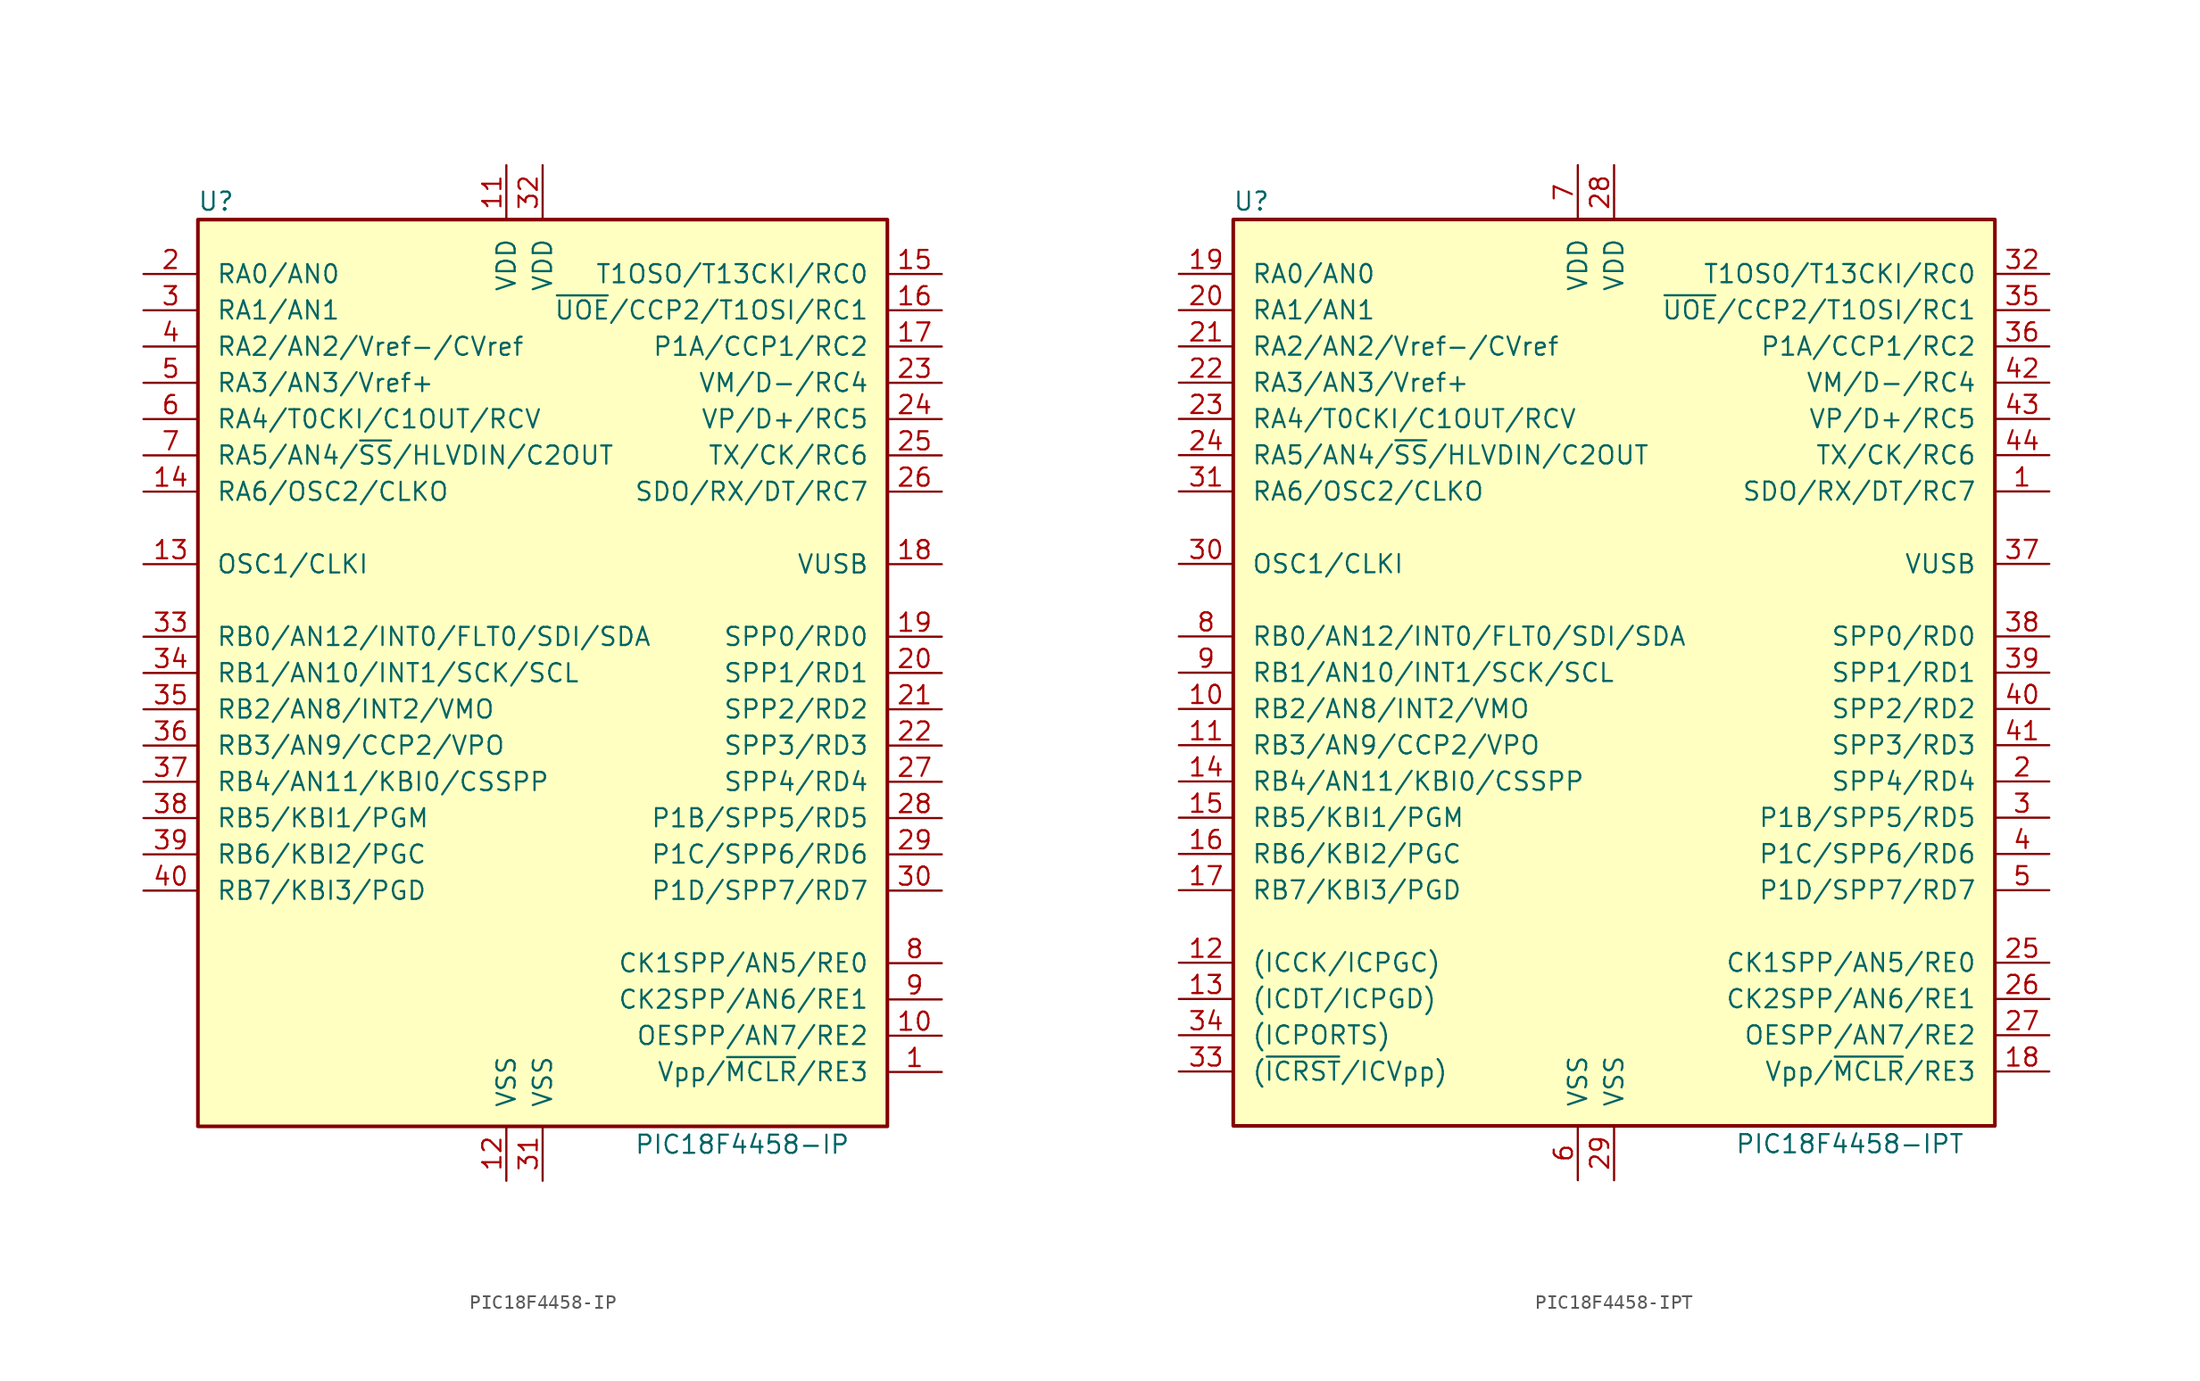
<source format=kicad_sym>
(kicad_symbol_lib
  (version 20241209)
  (generator "kicad_symbol_editor")
  (generator_version "9.0")
  (symbol "PIC18F4458-IP"
    (pin_names
      (offset 1.27))
    (property "Reference" "U"
      (at -22.86 33.02 0)
      (effects (font (size 1.27 1.27))))
    (property "Value" "PIC18F4458-IP"
      (at 13.97 -33.02 0)
      (effects (font (size 1.27 1.27))))
    (symbol "PIC18F4458-IP_0_1"
      (rectangle (start -24.13 31.75) (end 24.13 -31.75) (stroke (width 0.254) (type default)) (fill (type background))))
    (symbol "PIC18F4458-IP_1_1"
      (pin bidirectional line (at -27.94 27.94 0) (length 3.81) (name "RA0/AN0" (effects (font (size 1.27 1.27)))) (number "2" (effects (font (size 1.27 1.27)))))
      (pin bidirectional line (at -27.94 25.4 0) (length 3.81) (name "RA1/AN1" (effects (font (size 1.27 1.27)))) (number "3" (effects (font (size 1.27 1.27)))))
      (pin bidirectional line (at -27.94 22.86 0) (length 3.81) (name "RA2/AN2/Vref-/CVref" (effects (font (size 1.27 1.27)))) (number "4" (effects (font (size 1.27 1.27)))))
      (pin bidirectional line (at -27.94 20.32 0) (length 3.81) (name "RA3/AN3/Vref+" (effects (font (size 1.27 1.27)))) (number "5" (effects (font (size 1.27 1.27)))))
      (pin bidirectional line (at -27.94 17.78 0) (length 3.81) (name "RA4/T0CKI/C1OUT/RCV" (effects (font (size 1.27 1.27)))) (number "6" (effects (font (size 1.27 1.27)))))
      (pin bidirectional line (at -27.94 15.24 0) (length 3.81) (name "RA5/AN4/~{SS}/HLVDIN/C2OUT" (effects (font (size 1.27 1.27)))) (number "7" (effects (font (size 1.27 1.27)))))
      (pin bidirectional line (at -27.94 12.7 0) (length 3.81) (name "RA6/OSC2/CLKO" (effects (font (size 1.27 1.27)))) (number "14" (effects (font (size 1.27 1.27)))))
      (pin input line (at -27.94 7.62 0) (length 3.81) (name "OSC1/CLKI" (effects (font (size 1.27 1.27)))) (number "13" (effects (font (size 1.27 1.27)))))
      (pin bidirectional line (at -27.94 2.54 0) (length 3.81) (name "RB0/AN12/INT0/FLT0/SDI/SDA" (effects (font (size 1.27 1.27)))) (number "33" (effects (font (size 1.27 1.27)))))
      (pin bidirectional line (at -27.94 0 0) (length 3.81) (name "RB1/AN10/INT1/SCK/SCL" (effects (font (size 1.27 1.27)))) (number "34" (effects (font (size 1.27 1.27)))))
      (pin bidirectional line (at -27.94 -2.54 0) (length 3.81) (name "RB2/AN8/INT2/VMO" (effects (font (size 1.27 1.27)))) (number "35" (effects (font (size 1.27 1.27)))))
      (pin bidirectional line (at -27.94 -5.08 0) (length 3.81) (name "RB3/AN9/CCP2/VPO" (effects (font (size 1.27 1.27)))) (number "36" (effects (font (size 1.27 1.27)))))
      (pin bidirectional line (at -27.94 -7.62 0) (length 3.81) (name "RB4/AN11/KBI0/CSSPP" (effects (font (size 1.27 1.27)))) (number "37" (effects (font (size 1.27 1.27)))))
      (pin bidirectional line (at -27.94 -10.16 0) (length 3.81) (name "RB5/KBI1/PGM" (effects (font (size 1.27 1.27)))) (number "38" (effects (font (size 1.27 1.27)))))
      (pin bidirectional line (at -27.94 -12.7 0) (length 3.81) (name "RB6/KBI2/PGC" (effects (font (size 1.27 1.27)))) (number "39" (effects (font (size 1.27 1.27)))))
      (pin bidirectional line (at -27.94 -15.24 0) (length 3.81) (name "RB7/KBI3/PGD" (effects (font (size 1.27 1.27)))) (number "40" (effects (font (size 1.27 1.27)))))
      (pin power_in line (at -2.54 35.56 270) (length 3.81) (name "VDD" (effects (font (size 1.27 1.27)))) (number "11" (effects (font (size 1.27 1.27)))))
      (pin power_in line (at -2.54 -35.56 90) (length 3.81) (name "VSS" (effects (font (size 1.27 1.27)))) (number "12" (effects (font (size 1.27 1.27)))))
      (pin power_in line (at 0 35.56 270) (length 3.81) (name "VDD" (effects (font (size 1.27 1.27)))) (number "32" (effects (font (size 1.27 1.27)))))
      (pin power_in line (at 0 -35.56 90) (length 3.81) (name "VSS" (effects (font (size 1.27 1.27)))) (number "31" (effects (font (size 1.27 1.27)))))
      (pin bidirectional line (at 27.94 27.94 180) (length 3.81) (name "T1OSO/T13CKI/RC0" (effects (font (size 1.27 1.27)))) (number "15" (effects (font (size 1.27 1.27)))))
      (pin bidirectional line (at 27.94 25.4 180) (length 3.81) (name "~{UOE}/CCP2/T1OSI/RC1" (effects (font (size 1.27 1.27)))) (number "16" (effects (font (size 1.27 1.27)))))
      (pin bidirectional line (at 27.94 22.86 180) (length 3.81) (name "P1A/CCP1/RC2" (effects (font (size 1.27 1.27)))) (number "17" (effects (font (size 1.27 1.27)))))
      (pin bidirectional line (at 27.94 20.32 180) (length 3.81) (name "VM/D-/RC4" (effects (font (size 1.27 1.27)))) (number "23" (effects (font (size 1.27 1.27)))))
      (pin bidirectional line (at 27.94 17.78 180) (length 3.81) (name "VP/D+/RC5" (effects (font (size 1.27 1.27)))) (number "24" (effects (font (size 1.27 1.27)))))
      (pin bidirectional line (at 27.94 15.24 180) (length 3.81) (name "TX/CK/RC6" (effects (font (size 1.27 1.27)))) (number "25" (effects (font (size 1.27 1.27)))))
      (pin bidirectional line (at 27.94 12.7 180) (length 3.81) (name "SDO/RX/DT/RC7" (effects (font (size 1.27 1.27)))) (number "26" (effects (font (size 1.27 1.27)))))
      (pin bidirectional line (at 27.94 7.62 180) (length 3.81) (name "VUSB" (effects (font (size 1.27 1.27)))) (number "18" (effects (font (size 1.27 1.27)))))
      (pin bidirectional line (at 27.94 2.54 180) (length 3.81) (name "SPP0/RD0" (effects (font (size 1.27 1.27)))) (number "19" (effects (font (size 1.27 1.27)))))
      (pin bidirectional line (at 27.94 0 180) (length 3.81) (name "SPP1/RD1" (effects (font (size 1.27 1.27)))) (number "20" (effects (font (size 1.27 1.27)))))
      (pin bidirectional line (at 27.94 -2.54 180) (length 3.81) (name "SPP2/RD2" (effects (font (size 1.27 1.27)))) (number "21" (effects (font (size 1.27 1.27)))))
      (pin bidirectional line (at 27.94 -5.08 180) (length 3.81) (name "SPP3/RD3" (effects (font (size 1.27 1.27)))) (number "22" (effects (font (size 1.27 1.27)))))
      (pin bidirectional line (at 27.94 -7.62 180) (length 3.81) (name "SPP4/RD4" (effects (font (size 1.27 1.27)))) (number "27" (effects (font (size 1.27 1.27)))))
      (pin bidirectional line (at 27.94 -10.16 180) (length 3.81) (name "P1B/SPP5/RD5" (effects (font (size 1.27 1.27)))) (number "28" (effects (font (size 1.27 1.27)))))
      (pin bidirectional line (at 27.94 -12.7 180) (length 3.81) (name "P1C/SPP6/RD6" (effects (font (size 1.27 1.27)))) (number "29" (effects (font (size 1.27 1.27)))))
      (pin bidirectional line (at 27.94 -15.24 180) (length 3.81) (name "P1D/SPP7/RD7" (effects (font (size 1.27 1.27)))) (number "30" (effects (font (size 1.27 1.27)))))
      (pin bidirectional line (at 27.94 -20.32 180) (length 3.81) (name "CK1SPP/AN5/RE0" (effects (font (size 1.27 1.27)))) (number "8" (effects (font (size 1.27 1.27)))))
      (pin bidirectional line (at 27.94 -22.86 180) (length 3.81) (name "CK2SPP/AN6/RE1" (effects (font (size 1.27 1.27)))) (number "9" (effects (font (size 1.27 1.27)))))
      (pin bidirectional line (at 27.94 -25.4 180) (length 3.81) (name "OESPP/AN7/RE2" (effects (font (size 1.27 1.27)))) (number "10" (effects (font (size 1.27 1.27)))))
      (pin input line (at 27.94 -27.94 180) (length 3.81) (name "Vpp/~{MCLR}/RE3" (effects (font (size 1.27 1.27)))) (number "1" (effects (font (size 1.27 1.27)))))))
  (symbol "PIC18F4458-IPT"
    (pin_names
      (offset 1.27))
    (property "Reference" "U"
      (at -25.4 33.02 0)
      (effects (font (size 1.27 1.27))))
    (property "Value" "PIC18F4458-IPT"
      (at 16.51 -33.02 0)
      (effects (font (size 1.27 1.27))))
    (symbol "PIC18F4458-IPT_0_1"
      (rectangle (start -26.67 31.75) (end 26.67 -31.75) (stroke (width 0.254) (type default)) (fill (type background))))
    (symbol "PIC18F4458-IPT_1_1"
      (pin bidirectional line (at -30.48 27.94 0) (length 3.81) (name "RA0/AN0" (effects (font (size 1.27 1.27)))) (number "19" (effects (font (size 1.27 1.27)))))
      (pin bidirectional line (at -30.48 25.4 0) (length 3.81) (name "RA1/AN1" (effects (font (size 1.27 1.27)))) (number "20" (effects (font (size 1.27 1.27)))))
      (pin bidirectional line (at -30.48 22.86 0) (length 3.81) (name "RA2/AN2/Vref-/CVref" (effects (font (size 1.27 1.27)))) (number "21" (effects (font (size 1.27 1.27)))))
      (pin bidirectional line (at -30.48 20.32 0) (length 3.81) (name "RA3/AN3/Vref+" (effects (font (size 1.27 1.27)))) (number "22" (effects (font (size 1.27 1.27)))))
      (pin bidirectional line (at -30.48 17.78 0) (length 3.81) (name "RA4/T0CKI/C1OUT/RCV" (effects (font (size 1.27 1.27)))) (number "23" (effects (font (size 1.27 1.27)))))
      (pin bidirectional line (at -30.48 15.24 0) (length 3.81) (name "RA5/AN4/~{SS}/HLVDIN/C2OUT" (effects (font (size 1.27 1.27)))) (number "24" (effects (font (size 1.27 1.27)))))
      (pin bidirectional line (at -30.48 12.7 0) (length 3.81) (name "RA6/OSC2/CLKO" (effects (font (size 1.27 1.27)))) (number "31" (effects (font (size 1.27 1.27)))))
      (pin input line (at -30.48 7.62 0) (length 3.81) (name "OSC1/CLKI" (effects (font (size 1.27 1.27)))) (number "30" (effects (font (size 1.27 1.27)))))
      (pin bidirectional line (at -30.48 2.54 0) (length 3.81) (name "RB0/AN12/INT0/FLT0/SDI/SDA" (effects (font (size 1.27 1.27)))) (number "8" (effects (font (size 1.27 1.27)))))
      (pin bidirectional line (at -30.48 0 0) (length 3.81) (name "RB1/AN10/INT1/SCK/SCL" (effects (font (size 1.27 1.27)))) (number "9" (effects (font (size 1.27 1.27)))))
      (pin bidirectional line (at -30.48 -2.54 0) (length 3.81) (name "RB2/AN8/INT2/VMO" (effects (font (size 1.27 1.27)))) (number "10" (effects (font (size 1.27 1.27)))))
      (pin bidirectional line (at -30.48 -5.08 0) (length 3.81) (name "RB3/AN9/CCP2/VPO" (effects (font (size 1.27 1.27)))) (number "11" (effects (font (size 1.27 1.27)))))
      (pin bidirectional line (at -30.48 -7.62 0) (length 3.81) (name "RB4/AN11/KBI0/CSSPP" (effects (font (size 1.27 1.27)))) (number "14" (effects (font (size 1.27 1.27)))))
      (pin bidirectional line (at -30.48 -10.16 0) (length 3.81) (name "RB5/KBI1/PGM" (effects (font (size 1.27 1.27)))) (number "15" (effects (font (size 1.27 1.27)))))
      (pin bidirectional line (at -30.48 -12.7 0) (length 3.81) (name "RB6/KBI2/PGC" (effects (font (size 1.27 1.27)))) (number "16" (effects (font (size 1.27 1.27)))))
      (pin bidirectional line (at -30.48 -15.24 0) (length 3.81) (name "RB7/KBI3/PGD" (effects (font (size 1.27 1.27)))) (number "17" (effects (font (size 1.27 1.27)))))
      (pin bidirectional line (at -30.48 -20.32 0) (length 3.81) (name "(ICCK/ICPGC)" (effects (font (size 1.27 1.27)))) (number "12" (effects (font (size 1.27 1.27)))))
      (pin bidirectional line (at -30.48 -22.86 0) (length 3.81) (name "(ICDT/ICPGD)" (effects (font (size 1.27 1.27)))) (number "13" (effects (font (size 1.27 1.27)))))
      (pin input line (at -30.48 -25.4 0) (length 3.81) (name "(ICPORTS)" (effects (font (size 1.27 1.27)))) (number "34" (effects (font (size 1.27 1.27)))))
      (pin input line (at -30.48 -27.94 0) (length 3.81) (name "(~{ICRST}/ICVpp)" (effects (font (size 1.27 1.27)))) (number "33" (effects (font (size 1.27 1.27)))))
      (pin power_in line (at -2.54 35.56 270) (length 3.81) (name "VDD" (effects (font (size 1.27 1.27)))) (number "7" (effects (font (size 1.27 1.27)))))
      (pin power_in line (at -2.54 -35.56 90) (length 3.81) (name "VSS" (effects (font (size 1.27 1.27)))) (number "6" (effects (font (size 1.27 1.27)))))
      (pin power_in line (at 0 35.56 270) (length 3.81) (name "VDD" (effects (font (size 1.27 1.27)))) (number "28" (effects (font (size 1.27 1.27)))))
      (pin power_in line (at 0 -35.56 90) (length 3.81) (name "VSS" (effects (font (size 1.27 1.27)))) (number "29" (effects (font (size 1.27 1.27)))))
      (pin bidirectional line (at 30.48 27.94 180) (length 3.81) (name "T1OSO/T13CKI/RC0" (effects (font (size 1.27 1.27)))) (number "32" (effects (font (size 1.27 1.27)))))
      (pin bidirectional line (at 30.48 25.4 180) (length 3.81) (name "~{UOE}/CCP2/T1OSI/RC1" (effects (font (size 1.27 1.27)))) (number "35" (effects (font (size 1.27 1.27)))))
      (pin bidirectional line (at 30.48 22.86 180) (length 3.81) (name "P1A/CCP1/RC2" (effects (font (size 1.27 1.27)))) (number "36" (effects (font (size 1.27 1.27)))))
      (pin bidirectional line (at 30.48 20.32 180) (length 3.81) (name "VM/D-/RC4" (effects (font (size 1.27 1.27)))) (number "42" (effects (font (size 1.27 1.27)))))
      (pin bidirectional line (at 30.48 17.78 180) (length 3.81) (name "VP/D+/RC5" (effects (font (size 1.27 1.27)))) (number "43" (effects (font (size 1.27 1.27)))))
      (pin bidirectional line (at 30.48 15.24 180) (length 3.81) (name "TX/CK/RC6" (effects (font (size 1.27 1.27)))) (number "44" (effects (font (size 1.27 1.27)))))
      (pin bidirectional line (at 30.48 12.7 180) (length 3.81) (name "SDO/RX/DT/RC7" (effects (font (size 1.27 1.27)))) (number "1" (effects (font (size 1.27 1.27)))))
      (pin bidirectional line (at 30.48 7.62 180) (length 3.81) (name "VUSB" (effects (font (size 1.27 1.27)))) (number "37" (effects (font (size 1.27 1.27)))))
      (pin bidirectional line (at 30.48 2.54 180) (length 3.81) (name "SPP0/RD0" (effects (font (size 1.27 1.27)))) (number "38" (effects (font (size 1.27 1.27)))))
      (pin bidirectional line (at 30.48 0 180) (length 3.81) (name "SPP1/RD1" (effects (font (size 1.27 1.27)))) (number "39" (effects (font (size 1.27 1.27)))))
      (pin bidirectional line (at 30.48 -2.54 180) (length 3.81) (name "SPP2/RD2" (effects (font (size 1.27 1.27)))) (number "40" (effects (font (size 1.27 1.27)))))
      (pin bidirectional line (at 30.48 -5.08 180) (length 3.81) (name "SPP3/RD3" (effects (font (size 1.27 1.27)))) (number "41" (effects (font (size 1.27 1.27)))))
      (pin bidirectional line (at 30.48 -7.62 180) (length 3.81) (name "SPP4/RD4" (effects (font (size 1.27 1.27)))) (number "2" (effects (font (size 1.27 1.27)))))
      (pin bidirectional line (at 30.48 -10.16 180) (length 3.81) (name "P1B/SPP5/RD5" (effects (font (size 1.27 1.27)))) (number "3" (effects (font (size 1.27 1.27)))))
      (pin bidirectional line (at 30.48 -12.7 180) (length 3.81) (name "P1C/SPP6/RD6" (effects (font (size 1.27 1.27)))) (number "4" (effects (font (size 1.27 1.27)))))
      (pin bidirectional line (at 30.48 -15.24 180) (length 3.81) (name "P1D/SPP7/RD7" (effects (font (size 1.27 1.27)))) (number "5" (effects (font (size 1.27 1.27)))))
      (pin bidirectional line (at 30.48 -20.32 180) (length 3.81) (name "CK1SPP/AN5/RE0" (effects (font (size 1.27 1.27)))) (number "25" (effects (font (size 1.27 1.27)))))
      (pin bidirectional line (at 30.48 -22.86 180) (length 3.81) (name "CK2SPP/AN6/RE1" (effects (font (size 1.27 1.27)))) (number "26" (effects (font (size 1.27 1.27)))))
      (pin bidirectional line (at 30.48 -25.4 180) (length 3.81) (name "OESPP/AN7/RE2" (effects (font (size 1.27 1.27)))) (number "27" (effects (font (size 1.27 1.27)))))
      (pin input line (at 30.48 -27.94 180) (length 3.81) (name "Vpp/~{MCLR}/RE3" (effects (font (size 1.27 1.27)))) (number "18" (effects (font (size 1.27 1.27))))))))
</source>
